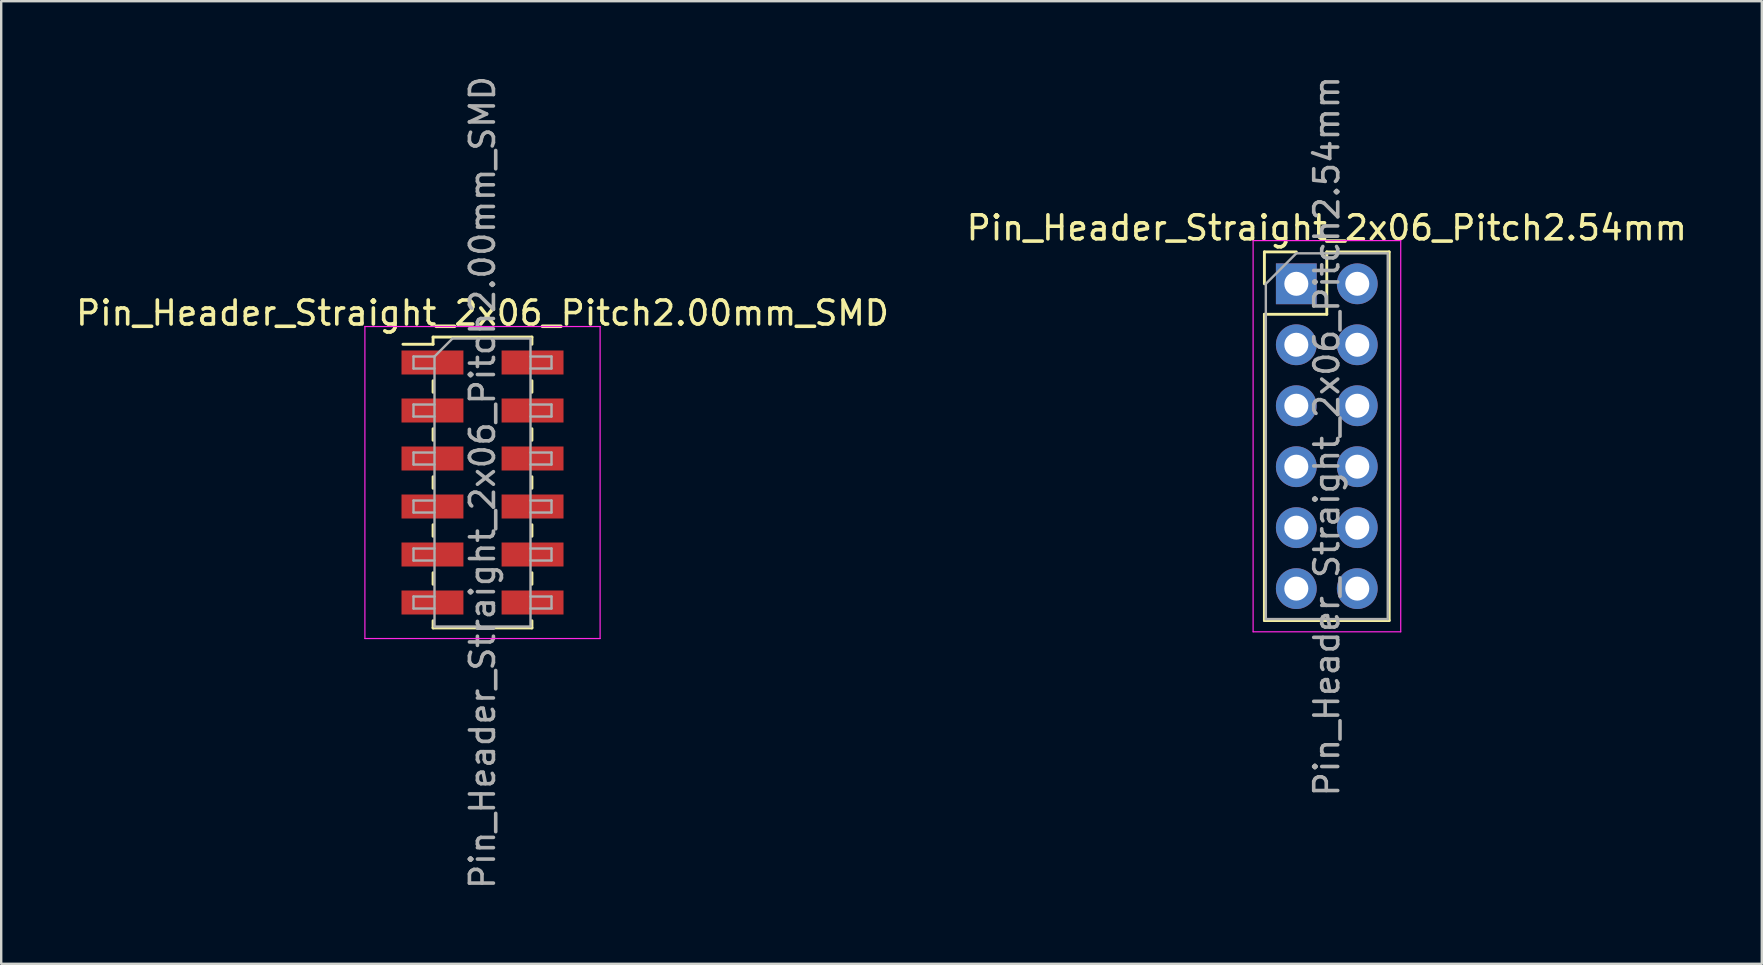
<source format=kicad_pcb>
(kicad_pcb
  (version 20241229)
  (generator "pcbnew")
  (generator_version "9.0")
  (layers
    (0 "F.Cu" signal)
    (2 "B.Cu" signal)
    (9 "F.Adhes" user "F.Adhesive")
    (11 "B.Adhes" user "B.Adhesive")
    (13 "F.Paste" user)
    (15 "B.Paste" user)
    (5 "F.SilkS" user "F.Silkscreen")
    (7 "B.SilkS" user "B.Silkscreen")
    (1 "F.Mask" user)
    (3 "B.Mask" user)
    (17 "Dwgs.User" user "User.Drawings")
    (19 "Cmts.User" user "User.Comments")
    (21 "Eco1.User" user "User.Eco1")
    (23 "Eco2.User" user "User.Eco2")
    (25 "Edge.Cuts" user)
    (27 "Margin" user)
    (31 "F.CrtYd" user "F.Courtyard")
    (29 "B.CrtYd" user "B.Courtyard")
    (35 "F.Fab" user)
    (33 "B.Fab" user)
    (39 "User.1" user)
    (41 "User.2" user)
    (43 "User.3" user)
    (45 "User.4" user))
  (footprint "Pin_Header_Straight_2x06_Pitch2.00mm_SMD"
    (layer "F.Cu")
    (at 17.054 17.054)
    (property "Reference" "Pin_Header_Straight_2x06_Pitch2.00mm_SMD" (at 0 -7.06 0) (layer "F.SilkS") (effects (font (size 1 1) (thickness 0.15))))
    (attr smd)
    (fp_line (start -3.315 -5.76) (end -2.06 -5.76) (stroke (width 0.12) (type solid)) (layer "F.SilkS"))
    (fp_line (start -2.06 -6.06) (end -2.06 -5.76) (stroke (width 0.12) (type solid)) (layer "F.SilkS"))
    (fp_line (start -2.06 -6.06) (end 2.06 -6.06) (stroke (width 0.12) (type solid)) (layer "F.SilkS"))
    (fp_line (start -2.06 -4.24) (end -2.06 -3.76) (stroke (width 0.12) (type solid)) (layer "F.SilkS"))
    (fp_line (start -2.06 -2.24) (end -2.06 -1.76) (stroke (width 0.12) (type solid)) (layer "F.SilkS"))
    (fp_line (start -2.06 -0.24) (end -2.06 0.24) (stroke (width 0.12) (type solid)) (layer "F.SilkS"))
    (fp_line (start -2.06 1.76) (end -2.06 2.24) (stroke (width 0.12) (type solid)) (layer "F.SilkS"))
    (fp_line (start -2.06 3.76) (end -2.06 4.24) (stroke (width 0.12) (type solid)) (layer "F.SilkS"))
    (fp_line (start -2.06 5.76) (end -2.06 6.06) (stroke (width 0.12) (type solid)) (layer "F.SilkS"))
    (fp_line (start -2.06 6.06) (end 2.06 6.06) (stroke (width 0.12) (type solid)) (layer "F.SilkS"))
    (fp_line (start 2.06 -6.06) (end 2.06 -5.76) (stroke (width 0.12) (type solid)) (layer "F.SilkS"))
    (fp_line (start 2.06 -4.24) (end 2.06 -3.76) (stroke (width 0.12) (type solid)) (layer "F.SilkS"))
    (fp_line (start 2.06 -2.24) (end 2.06 -1.76) (stroke (width 0.12) (type solid)) (layer "F.SilkS"))
    (fp_line (start 2.06 -0.24) (end 2.06 0.24) (stroke (width 0.12) (type solid)) (layer "F.SilkS"))
    (fp_line (start 2.06 1.76) (end 2.06 2.24) (stroke (width 0.12) (type solid)) (layer "F.SilkS"))
    (fp_line (start 2.06 3.76) (end 2.06 4.24) (stroke (width 0.12) (type solid)) (layer "F.SilkS"))
    (fp_line (start 2.06 5.76) (end 2.06 6.06) (stroke (width 0.12) (type solid)) (layer "F.SilkS"))
    (fp_line (start -4.9 -6.5) (end -4.9 6.5) (stroke (width 0.05) (type solid)) (layer "F.CrtYd"))
    (fp_line (start -4.9 6.5) (end 4.9 6.5) (stroke (width 0.05) (type solid)) (layer "F.CrtYd"))
    (fp_line (start 4.9 -6.5) (end -4.9 -6.5) (stroke (width 0.05) (type solid)) (layer "F.CrtYd"))
    (fp_line (start 4.9 6.5) (end 4.9 -6.5) (stroke (width 0.05) (type solid)) (layer "F.CrtYd"))
    (fp_line (start -2.875 -5.25) (end -2.875 -4.75) (stroke (width 0.1) (type solid)) (layer "F.Fab"))
    (fp_line (start -2.875 -4.75) (end -2 -4.75) (stroke (width 0.1) (type solid)) (layer "F.Fab"))
    (fp_line (start -2.875 -3.25) (end -2.875 -2.75) (stroke (width 0.1) (type solid)) (layer "F.Fab"))
    (fp_line (start -2.875 -2.75) (end -2 -2.75) (stroke (width 0.1) (type solid)) (layer "F.Fab"))
    (fp_line (start -2.875 -1.25) (end -2.875 -0.75) (stroke (width 0.1) (type solid)) (layer "F.Fab"))
    (fp_line (start -2.875 -0.75) (end -2 -0.75) (stroke (width 0.1) (type solid)) (layer "F.Fab"))
    (fp_line (start -2.875 0.75) (end -2.875 1.25) (stroke (width 0.1) (type solid)) (layer "F.Fab"))
    (fp_line (start -2.875 1.25) (end -2 1.25) (stroke (width 0.1) (type solid)) (layer "F.Fab"))
    (fp_line (start -2.875 2.75) (end -2.875 3.25) (stroke (width 0.1) (type solid)) (layer "F.Fab"))
    (fp_line (start -2.875 3.25) (end -2 3.25) (stroke (width 0.1) (type solid)) (layer "F.Fab"))
    (fp_line (start -2.875 4.75) (end -2.875 5.25) (stroke (width 0.1) (type solid)) (layer "F.Fab"))
    (fp_line (start -2.875 5.25) (end -2 5.25) (stroke (width 0.1) (type solid)) (layer "F.Fab"))
    (fp_line (start -2 -5.25) (end -2.875 -5.25) (stroke (width 0.1) (type solid)) (layer "F.Fab"))
    (fp_line (start -2 -5.25) (end -1.25 -6) (stroke (width 0.1) (type solid)) (layer "F.Fab"))
    (fp_line (start -2 -3.25) (end -2.875 -3.25) (stroke (width 0.1) (type solid)) (layer "F.Fab"))
    (fp_line (start -2 -1.25) (end -2.875 -1.25) (stroke (width 0.1) (type solid)) (layer "F.Fab"))
    (fp_line (start -2 0.75) (end -2.875 0.75) (stroke (width 0.1) (type solid)) (layer "F.Fab"))
    (fp_line (start -2 2.75) (end -2.875 2.75) (stroke (width 0.1) (type solid)) (layer "F.Fab"))
    (fp_line (start -2 4.75) (end -2.875 4.75) (stroke (width 0.1) (type solid)) (layer "F.Fab"))
    (fp_line (start -2 6) (end -2 -5.25) (stroke (width 0.1) (type solid)) (layer "F.Fab"))
    (fp_line (start -1.25 -6) (end 2 -6) (stroke (width 0.1) (type solid)) (layer "F.Fab"))
    (fp_line (start 2 -6) (end 2 6) (stroke (width 0.1) (type solid)) (layer "F.Fab"))
    (fp_line (start 2 -5.25) (end 2.875 -5.25) (stroke (width 0.1) (type solid)) (layer "F.Fab"))
    (fp_line (start 2 -3.25) (end 2.875 -3.25) (stroke (width 0.1) (type solid)) (layer "F.Fab"))
    (fp_line (start 2 -1.25) (end 2.875 -1.25) (stroke (width 0.1) (type solid)) (layer "F.Fab"))
    (fp_line (start 2 0.75) (end 2.875 0.75) (stroke (width 0.1) (type solid)) (layer "F.Fab"))
    (fp_line (start 2 2.75) (end 2.875 2.75) (stroke (width 0.1) (type solid)) (layer "F.Fab"))
    (fp_line (start 2 4.75) (end 2.875 4.75) (stroke (width 0.1) (type solid)) (layer "F.Fab"))
    (fp_line (start 2 6) (end -2 6) (stroke (width 0.1) (type solid)) (layer "F.Fab"))
    (fp_line (start 2.875 -5.25) (end 2.875 -4.75) (stroke (width 0.1) (type solid)) (layer "F.Fab"))
    (fp_line (start 2.875 -4.75) (end 2 -4.75) (stroke (width 0.1) (type solid)) (layer "F.Fab"))
    (fp_line (start 2.875 -3.25) (end 2.875 -2.75) (stroke (width 0.1) (type solid)) (layer "F.Fab"))
    (fp_line (start 2.875 -2.75) (end 2 -2.75) (stroke (width 0.1) (type solid)) (layer "F.Fab"))
    (fp_line (start 2.875 -1.25) (end 2.875 -0.75) (stroke (width 0.1) (type solid)) (layer "F.Fab"))
    (fp_line (start 2.875 -0.75) (end 2 -0.75) (stroke (width 0.1) (type solid)) (layer "F.Fab"))
    (fp_line (start 2.875 0.75) (end 2.875 1.25) (stroke (width 0.1) (type solid)) (layer "F.Fab"))
    (fp_line (start 2.875 1.25) (end 2 1.25) (stroke (width 0.1) (type solid)) (layer "F.Fab"))
    (fp_line (start 2.875 2.75) (end 2.875 3.25) (stroke (width 0.1) (type solid)) (layer "F.Fab"))
    (fp_line (start 2.875 3.25) (end 2 3.25) (stroke (width 0.1) (type solid)) (layer "F.Fab"))
    (fp_line (start 2.875 4.75) (end 2.875 5.25) (stroke (width 0.1) (type solid)) (layer "F.Fab"))
    (fp_line (start 2.875 5.25) (end 2 5.25) (stroke (width 0.1) (type solid)) (layer "F.Fab"))
    (fp_text user "${REFERENCE}" (at 0 0 90) (layer "F.Fab") (effects (font (size 1 1) (thickness 0.15))))
    (pad "1" smd rect (at -2.085 -5) (size 2.58 1) (layers "F.Cu" "F.Mask" "F.Paste"))
    (pad "2" smd rect (at 2.085 -5) (size 2.58 1) (layers "F.Cu" "F.Mask" "F.Paste"))
    (pad "3" smd rect (at -2.085 -3) (size 2.58 1) (layers "F.Cu" "F.Mask" "F.Paste"))
    (pad "4" smd rect (at 2.085 -3) (size 2.58 1) (layers "F.Cu" "F.Mask" "F.Paste"))
    (pad "5" smd rect (at -2.085 -1) (size 2.58 1) (layers "F.Cu" "F.Mask" "F.Paste"))
    (pad "6" smd rect (at 2.085 -1) (size 2.58 1) (layers "F.Cu" "F.Mask" "F.Paste"))
    (pad "7" smd rect (at -2.085 1) (size 2.58 1) (layers "F.Cu" "F.Mask" "F.Paste"))
    (pad "8" smd rect (at 2.085 1) (size 2.58 1) (layers "F.Cu" "F.Mask" "F.Paste"))
    (pad "9" smd rect (at -2.085 3) (size 2.58 1) (layers "F.Cu" "F.Mask" "F.Paste"))
    (pad "10" smd rect (at 2.085 3) (size 2.58 1) (layers "F.Cu" "F.Mask" "F.Paste"))
    (pad "11" smd rect (at -2.085 5) (size 2.58 1) (layers "F.Cu" "F.Mask" "F.Paste"))
    (pad "12" smd rect (at 2.085 5) (size 2.58 1) (layers "F.Cu" "F.Mask" "F.Paste")))
  (footprint "Pin_Header_Straight_2x06_Pitch2.54mm"
    (layer "F.Cu")
    (at 50.962 8.775)
    (property "Reference" "Pin_Header_Straight_2x06_Pitch2.54mm" (at 1.27 -2.33 0) (layer "F.SilkS") (effects (font (size 1 1) (thickness 0.15))))
    (attr through_hole)
    (fp_line (start -1.33 -1.33) (end 0 -1.33) (stroke (width 0.12) (type solid)) (layer "F.SilkS"))
    (fp_line (start -1.33 0) (end -1.33 -1.33) (stroke (width 0.12) (type solid)) (layer "F.SilkS"))
    (fp_line (start -1.33 1.27) (end -1.33 14.03) (stroke (width 0.12) (type solid)) (layer "F.SilkS"))
    (fp_line (start -1.33 1.27) (end 1.27 1.27) (stroke (width 0.12) (type solid)) (layer "F.SilkS"))
    (fp_line (start -1.33 14.03) (end 3.87 14.03) (stroke (width 0.12) (type solid)) (layer "F.SilkS"))
    (fp_line (start 1.27 -1.33) (end 3.87 -1.33) (stroke (width 0.12) (type solid)) (layer "F.SilkS"))
    (fp_line (start 1.27 1.27) (end 1.27 -1.33) (stroke (width 0.12) (type solid)) (layer "F.SilkS"))
    (fp_line (start 3.87 -1.33) (end 3.87 14.03) (stroke (width 0.12) (type solid)) (layer "F.SilkS"))
    (fp_line (start -1.8 -1.8) (end -1.8 14.5) (stroke (width 0.05) (type solid)) (layer "F.CrtYd"))
    (fp_line (start -1.8 14.5) (end 4.35 14.5) (stroke (width 0.05) (type solid)) (layer "F.CrtYd"))
    (fp_line (start 4.35 -1.8) (end -1.8 -1.8) (stroke (width 0.05) (type solid)) (layer "F.CrtYd"))
    (fp_line (start 4.35 14.5) (end 4.35 -1.8) (stroke (width 0.05) (type solid)) (layer "F.CrtYd"))
    (fp_line (start -1.27 0) (end 0 -1.27) (stroke (width 0.1) (type solid)) (layer "F.Fab"))
    (fp_line (start -1.27 13.97) (end -1.27 0) (stroke (width 0.1) (type solid)) (layer "F.Fab"))
    (fp_line (start 0 -1.27) (end 3.81 -1.27) (stroke (width 0.1) (type solid)) (layer "F.Fab"))
    (fp_line (start 3.81 -1.27) (end 3.81 13.97) (stroke (width 0.1) (type solid)) (layer "F.Fab"))
    (fp_line (start 3.81 13.97) (end -1.27 13.97) (stroke (width 0.1) (type solid)) (layer "F.Fab"))
    (fp_text user "${REFERENCE}" (at 1.27 6.35 90) (layer "F.Fab") (effects (font (size 1 1) (thickness 0.15))))
    (pad "1" thru_hole rect (at 0 0) (size 1.7 1.7) (drill 1) (layers "*.Cu" "*.Mask"))
    (pad "2" thru_hole oval (at 2.54 0) (size 1.7 1.7) (drill 1) (layers "*.Cu" "*.Mask"))
    (pad "3" thru_hole oval (at 0 2.54) (size 1.7 1.7) (drill 1) (layers "*.Cu" "*.Mask"))
    (pad "4" thru_hole oval (at 2.54 2.54) (size 1.7 1.7) (drill 1) (layers "*.Cu" "*.Mask"))
    (pad "5" thru_hole oval (at 0 5.08) (size 1.7 1.7) (drill 1) (layers "*.Cu" "*.Mask"))
    (pad "6" thru_hole oval (at 2.54 5.08) (size 1.7 1.7) (drill 1) (layers "*.Cu" "*.Mask"))
    (pad "7" thru_hole oval (at 0 7.62) (size 1.7 1.7) (drill 1) (layers "*.Cu" "*.Mask"))
    (pad "8" thru_hole oval (at 2.54 7.62) (size 1.7 1.7) (drill 1) (layers "*.Cu" "*.Mask"))
    (pad "9" thru_hole oval (at 0 10.16) (size 1.7 1.7) (drill 1) (layers "*.Cu" "*.Mask"))
    (pad "10" thru_hole oval (at 2.54 10.16) (size 1.7 1.7) (drill 1) (layers "*.Cu" "*.Mask"))
    (pad "11" thru_hole oval (at 0 12.7) (size 1.7 1.7) (drill 1) (layers "*.Cu" "*.Mask"))
    (pad "12" thru_hole oval (at 2.54 12.7) (size 1.7 1.7) (drill 1) (layers "*.Cu" "*.Mask")))
  (gr_rect
    (start -3 -3)
    (end 70.357 37.107)
    (stroke (width 0.1) (type default))
    (fill no)
    (layer "Edge.Cuts")))
</source>
